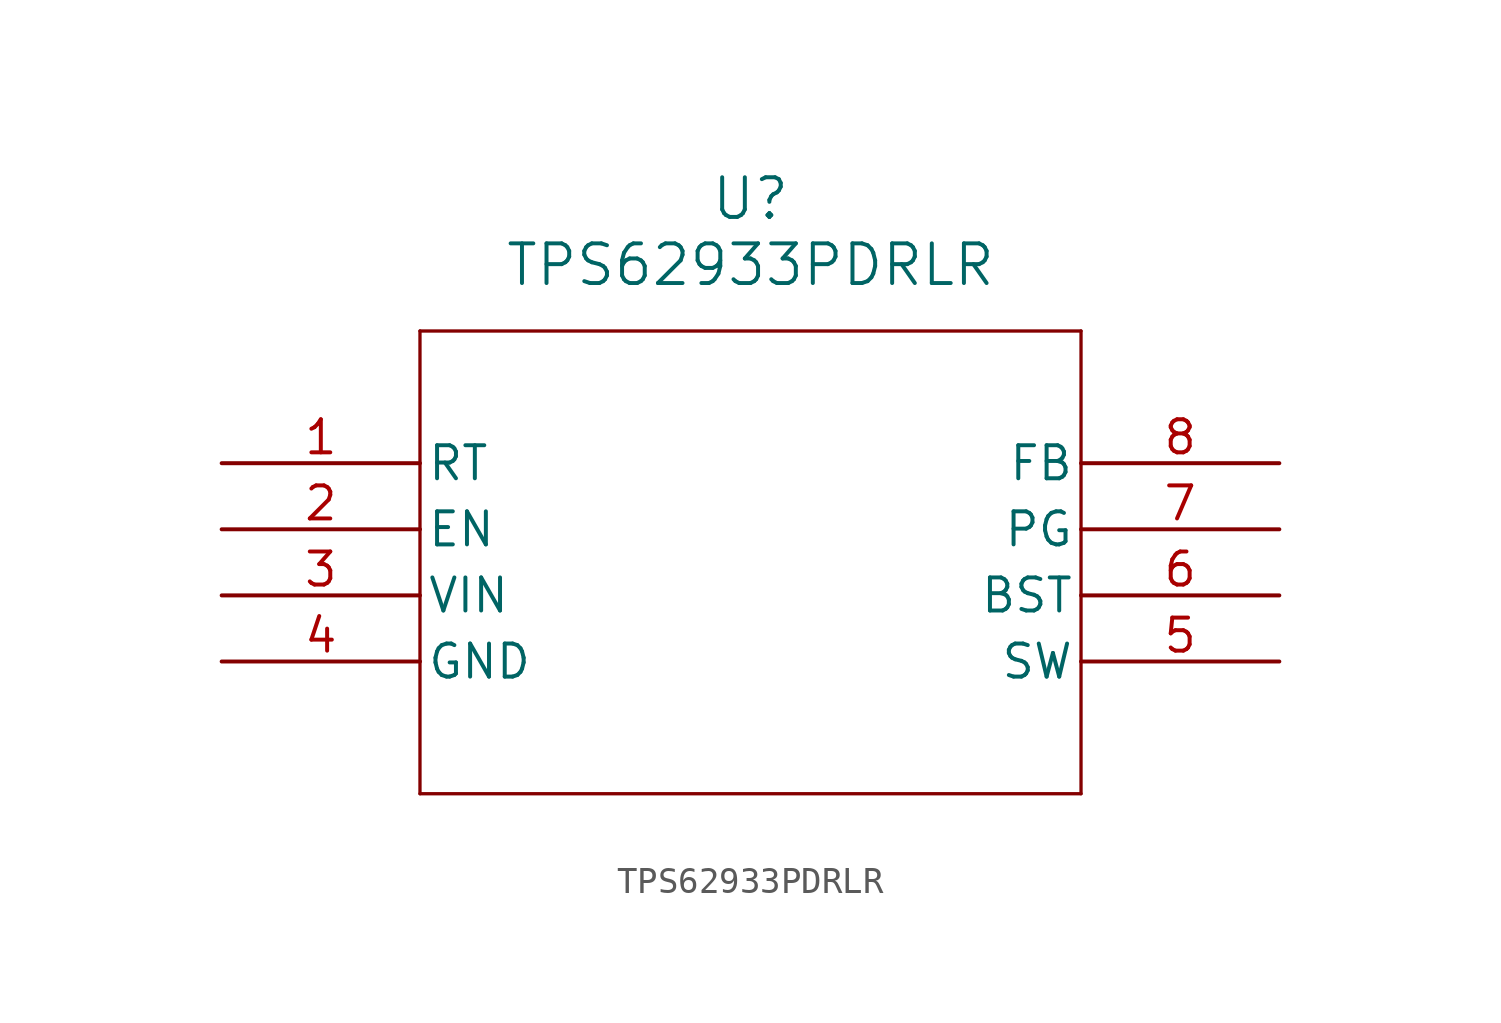
<source format=kicad_sym>
(kicad_symbol_lib
  (version 20211014)
  (generator kicad_symbol_editor)
  (symbol "TPS62933PDRLR"
    (pin_names
      (offset 0.254))
    (property "Reference" "U"
      (at 20.32 10.16 0)
      (effects (font (size 1.524 1.524))))
    (property "Value" "TPS62933PDRLR"
      (at 20.32 7.62 0)
      (effects (font (size 1.524 1.524))))
    (symbol "TPS62933PDRLR_0_1"
      (polyline (pts (xy 7.62 5.08) (xy 7.62 -12.7)) (stroke (width 0.127) (type default) (color 0 0 0 0)) (fill (type none)))
      (polyline (pts (xy 7.62 -12.7) (xy 33.02 -12.7)) (stroke (width 0.127) (type default) (color 0 0 0 0)) (fill (type none)))
      (polyline (pts (xy 33.02 -12.7) (xy 33.02 5.08)) (stroke (width 0.127) (type default) (color 0 0 0 0)) (fill (type none)))
      (polyline (pts (xy 33.02 5.08) (xy 7.62 5.08)) (stroke (width 0.127) (type default) (color 0 0 0 0)) (fill (type none)))
      (pin unspecified line (at 0 0 0) (length 7.62) (name "RT" (effects (font (size 1.27 1.27)))) (number "1" (effects (font (size 1.27 1.27)))))
      (pin unspecified line (at 0 -2.54 0) (length 7.62) (name "EN" (effects (font (size 1.27 1.27)))) (number "2" (effects (font (size 1.27 1.27)))))
      (pin power_in line (at 0 -5.08 0) (length 7.62) (name "VIN" (effects (font (size 1.27 1.27)))) (number "3" (effects (font (size 1.27 1.27)))))
      (pin power_out line (at 0 -7.62 0) (length 7.62) (name "GND" (effects (font (size 1.27 1.27)))) (number "4" (effects (font (size 1.27 1.27)))))
      (pin power_in line (at 40.64 -7.62 180) (length 7.62) (name "SW" (effects (font (size 1.27 1.27)))) (number "5" (effects (font (size 1.27 1.27)))))
      (pin power_in line (at 40.64 -5.08 180) (length 7.62) (name "BST" (effects (font (size 1.27 1.27)))) (number "6" (effects (font (size 1.27 1.27)))))
      (pin unspecified line (at 40.64 -2.54 180) (length 7.62) (name "PG" (effects (font (size 1.27 1.27)))) (number "7" (effects (font (size 1.27 1.27)))))
      (pin unspecified line (at 40.64 0 180) (length 7.62) (name "FB" (effects (font (size 1.27 1.27)))) (number "8" (effects (font (size 1.27 1.27))))))))
</source>
